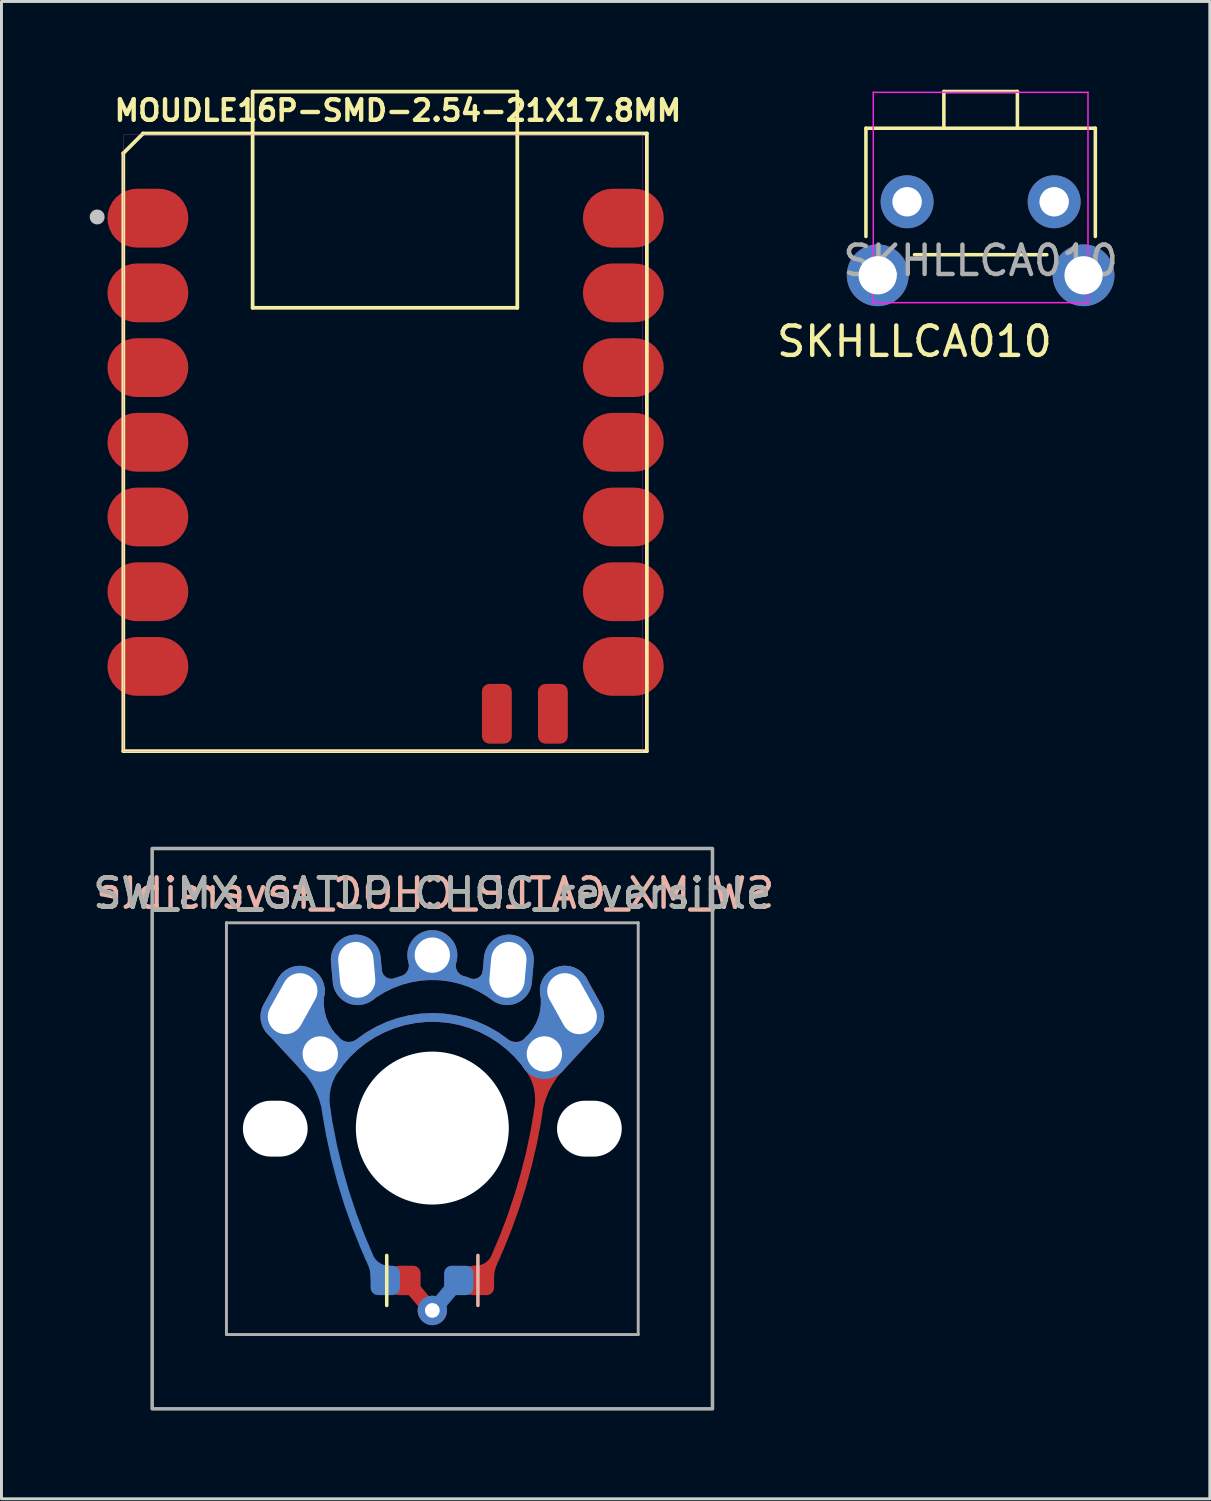
<source format=kicad_pcb>
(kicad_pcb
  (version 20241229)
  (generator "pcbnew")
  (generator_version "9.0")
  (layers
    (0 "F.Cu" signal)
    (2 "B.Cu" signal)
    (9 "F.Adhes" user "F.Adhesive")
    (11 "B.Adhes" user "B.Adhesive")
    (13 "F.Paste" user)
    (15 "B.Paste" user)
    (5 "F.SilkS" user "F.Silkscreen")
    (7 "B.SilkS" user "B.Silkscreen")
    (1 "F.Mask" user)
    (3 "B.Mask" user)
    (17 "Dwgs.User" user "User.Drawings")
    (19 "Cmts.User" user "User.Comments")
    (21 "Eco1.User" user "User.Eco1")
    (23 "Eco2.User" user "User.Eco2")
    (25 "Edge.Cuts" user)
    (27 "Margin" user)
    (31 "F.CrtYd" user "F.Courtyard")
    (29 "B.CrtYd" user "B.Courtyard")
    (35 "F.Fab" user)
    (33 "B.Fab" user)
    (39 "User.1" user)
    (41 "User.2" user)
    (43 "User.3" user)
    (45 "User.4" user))
  (footprint "SW_MX_GATLP_CHOC_reversible"
    (layer "F.Cu")
    (at 11.649 35.324)
    (property "Reference" "SW_MX_GATLP_CHOC_reversible" (at 0 -8 0) (unlocked yes) (layer "F.SilkS") (effects (font (size 1 1) (thickness 0.15))))
    (attr through_hole exclude_from_pos_files)
    (fp_line (start -1.55 4.31) (end -1.55 6.01) (stroke (width 0.12) (type solid)) (layer "F.SilkS"))
    (fp_line (start 1.55 6.01) (end 1.55 4.31) (stroke (width 0.12) (type solid)) (layer "B.SilkS"))
    (fp_line (start -7 -7) (end 7 -7) (stroke (width 0.1) (type solid)) (layer "F.Fab"))
    (fp_line (start -7 7) (end -7 -7) (stroke (width 0.1) (type solid)) (layer "F.Fab"))
    (fp_line (start 7 -7) (end 7 7) (stroke (width 0.1) (type solid)) (layer "F.Fab"))
    (fp_line (start 7 7) (end -7 7) (stroke (width 0.1) (type solid)) (layer "F.Fab"))
    (fp_rect (start -9.525 -9.525) (end 9.525 9.525) (stroke (width 0.12) (type solid)) (fill no) (layer "F.Fab"))
    (fp_text user "${REFERENCE}" (at 0.1 -8 0) (unlocked yes) (layer "B.SilkS") (effects (font (size 1 1) (thickness 0.15)) (justify mirror)))
    (fp_text user "${REFERENCE}" (at 0 -8 0) (unlocked yes) (layer "F.Fab") (effects (font (size 1 1) (thickness 0.15))))
    (pad "" np_thru_hole oval (at -5.34 0 180) (size 2.2 1.9) (drill oval 2.2 1.9) (layers "*.Cu" "*.Mask"))
    (pad "" np_thru_hole circle (at 0 -0.02 180) (size 5.2 5.2) (drill 5.2) (layers "*.Cu" "*.Mask"))
    (pad "" np_thru_hole oval (at 5.34 0) (size 2.2 1.9) (drill oval 2.2 1.9) (layers "*.Cu" "*.Mask"))
    (pad "1" thru_hole oval (at -2.57 -5.4 275.1) (size 2.4 1.7) (drill oval 1.9 1.2) (layers "*.Cu" "*.Mask"))
    (pad "1" smd custom (at -2.11 -4.96 180) (size 1 1) (layers "F.Cu") (options (anchor circle)) (primitives (gr_arc (start 0.01 -0.47) (mid -2.065169 0.24176) (end -4.157832 -0.416794) (width 0.3)) (gr_arc (start -3.09 0.1) (mid -2.804329 0.373749) (end -2.789687 0.769137) (width 0.3)) (gr_arc (start -3.95 0.4) (mid -3.739995 0.071301) (end -3.351236 0.039506) (width 0.25)) (gr_arc (start -1.43 0.77) (mid -1.41596 0.374264) (end -1.13024 0.100095) (width 0.3)) (gr_arc (start -0.87 0.04) (mid -0.473751 0.085491) (end -0.270115 0.428441) (width 0.25))))
    (pad "1" smd custom (at -2.09 -4.96 180) (size 1 1) (layers "B.Cu") (options (anchor circle)) (primitives (gr_arc (start -0.85 0.04) (mid -0.453751 0.085491) (end -0.250115 0.428441) (width 0.25)) (gr_arc (start -1.41 0.77) (mid -1.39596 0.374264) (end -1.11024 0.100095) (width 0.3)) (gr_arc (start 0.03 -0.47) (mid -2.045168 0.24176) (end -4.13783 -0.416793) (width 0.3)) (gr_arc (start -3.93 0.4) (mid -3.719995 0.071301) (end -3.331236 0.039506) (width 0.25)) (gr_arc (start -3.07 0.1) (mid -2.784329 0.373749) (end -2.769687 0.769137) (width 0.3))))
    (pad "1" thru_hole circle (at 0 -5.9) (size 1.7 1.7) (drill 1.2) (layers "*.Cu" "*.Mask"))
    (pad "1" thru_hole oval (at 2.57 -5.4 84.9) (size 2.4 1.7) (drill oval 1.9 1.2) (layers "*.Cu" "*.Mask"))
    (pad "2" thru_hole oval (at -4.75 -4.25 60.9) (size 2.7 1.7) (drill oval 2.2 1.2) (layers "*.Cu" "*.Mask"))
    (pad "2" smd custom (at -4.13 -3.6 275) (size 1 1) (layers "F.Cu" "F.Mask") (options (anchor circle)) (primitives (gr_arc (start 1.083856 -0.226397) (mid 0.050225 0.288465) (end -1.104536 0.287021) (width 1.7)) (gr_line (start 1.486 0.22) (end 0.054 1.33) (width 0.5))))
    (pad "2" smd custom (at -4.13 -3.6 275) (size 1 1) (layers "B.Cu" "B.Mask") (options (anchor circle)) (primitives (gr_arc (start 1.083856 -0.226397) (mid 0.050225 0.288465) (end -1.104536 0.287021) (width 1.7)) (gr_line (start 1.486 0.22) (end 0.054 1.33) (width 0.5))))
    (pad "2" thru_hole circle (at -3.81 -2.54) (size 1.7 1.7) (drill 1.2) (layers "*.Cu" "*.Mask"))
    (pad "2" smd custom (at -3.6 -2.37 180) (size 1 1) (layers "F.Cu") (options (anchor circle)) (primitives (gr_arc (start -0.32 -0.29) (mid -3.592993 1.410185) (end -6.871902 -0.278563) (width 0.3)) (gr_arc (start -1.13 0.56) (mid -0.704624 0.426875) (end -0.31189 0.637652) (width 0.3)) (gr_arc (start -6.89 0.64) (mid -6.497496 0.436789) (end -6.072477 0.558084) (width 0.3)) (gr_arc (start -6.85 -0.25) (mid -7.194435 -0.962903) (end -7.201168 -1.754623) (width 0.3)) (gr_arc (start -7.2 -1.76) (mid -7.491273 -0.911359) (end -8.027401 -0.191915) (width 0.3)) (gr_arc (start -7.4 0.15) (mid -6.841277 -3.572579) (end -5.570142 -7.115739) (width 0.3)) (gr_arc (start -5.55 -7.43) (mid -5.579344 -7.167509) (end -5.666113 -6.918043) (width 0.3)) (gr_arc (start -5.77 -6.69) (mid -5.491997 -7.044528) (end -5.062317 -7.179991) (width 0.3))))
    (pad "2" smd roundrect (at -1.6 5.16 180) (size 1 1) (layers "B.Cu" "B.Mask") (roundrect_rratio 0.25))
    (pad "2" smd roundrect (at 1.6 5.16) (size 1 1) (layers "F.Cu" "F.Mask") (roundrect_rratio 0.25))
    (pad "2" smd custom (at 3.6 -2.37 180) (size 1 1) (layers "B.Cu") (options (anchor circle)) (primitives (gr_arc (start 6.879999 -0.289998) (mid 3.617511 1.410152) (end 0.340313 -0.261469) (width 0.3)) (gr_arc (start 0.31 0.639999) (mid 0.700628 0.427268) (end 1.126154 0.556779) (width 0.3)) (gr_arc (start 6.070825 0.559359) (mid 6.495939 0.436638) (end 6.889313 0.63922) (width 0.3)) (gr_arc (start 7.200498 -1.757716) (mid 7.195151 -0.965982) (end 6.851964 -0.252475) (width 0.3)) (gr_arc (start 8.04926 -0.17071) (mid 7.498415 -0.897906) (end 7.199998 -1.759992) (width 0.3)) (gr_arc (start 5.541224 -7.176543) (mid 6.795202 -3.751886) (end 7.382111 -0.152403) (width 0.3)) (gr_arc (start 5.669709 -6.910595) (mid 5.580254 -7.163468) (end 5.549976 -7.429983) (width 0.3)) (gr_arc (start 5.060982 -7.179997) (mid 5.490901 -7.045285) (end 5.769525 -6.691243) (width 0.3))))
    (pad "2" thru_hole circle (at 3.81 -2.54) (size 1.7 1.7) (drill 1.2) (layers "*.Cu" "*.Mask"))
    (pad "2" smd custom (at 4.13 -3.6 85) (size 1 1) (layers "F.Cu" "F.Mask") (options (anchor circle)) (primitives (gr_arc (start 1.117354 0.283947) (mid -0.04167 0.290455) (end -1.080482 -0.223596) (width 1.7)) (gr_line (start -0.054 1.33) (end -1.486 0.22) (width 0.5))))
    (pad "2" smd custom (at 4.13 -3.6 85) (size 1 1) (layers "B.Cu" "B.Mask") (options (anchor circle)) (primitives (gr_arc (start 1.117354 0.283947) (mid -0.04167 0.290455) (end -1.080482 -0.223596) (width 1.7)) (gr_line (start -0.054 1.33) (end -1.486 0.22) (width 0.5))))
    (pad "2" thru_hole oval (at 4.75 -4.25 299.1) (size 2.7 1.7) (drill oval 2.2 1.2) (layers "*.Cu" "*.Mask"))
    (pad "3" smd roundrect (at -0.9 5.16) (size 1 1) (layers "F.Cu" "F.Mask") (roundrect_rratio 0.25))
    (pad "3" smd rect (at -0.44 5.7 40) (size 0.5 1) (layers "F.Cu"))
    (pad "3" thru_hole circle (at 0 6.18) (size 1 1) (drill 0.5) (layers "*.Cu"))
    (pad "3" smd rect (at 0.44 5.7 320) (size 0.5 1) (layers "B.Cu"))
    (pad "3" smd roundrect (at 0.9 5.16 180) (size 1 1) (layers "B.Cu" "B.Mask") (roundrect_rratio 0.25)))
  (footprint "SKHLLCA010"
    (layer "F.Cu")
    (at 30.291 5.06)
    (property "Reference" "SKHLLCA010" (at -2.25 3.5 0) (unlocked yes) (layer "F.SilkS") (effects (font (size 1 1) (thickness 0.15))))
    (attr through_hole)
    (fp_line (start -3.9 -3.75) (end 3.9 -3.75) (stroke (width 0.12) (type solid)) (layer "F.SilkS"))
    (fp_line (start -3.9 -0.07) (end -3.9 -3.75) (stroke (width 0.12) (type solid)) (layer "F.SilkS"))
    (fp_line (start -2.25 0.55) (end 2.25 0.55) (stroke (width 0.12) (type solid)) (layer "F.SilkS"))
    (fp_line (start -1.25 -5) (end 1.25 -5) (stroke (width 0.12) (type solid)) (layer "F.SilkS"))
    (fp_line (start -1.25 -3.75) (end -1.25 -5) (stroke (width 0.12) (type solid)) (layer "F.SilkS"))
    (fp_line (start 1.25 -3.75) (end 1.25 -5) (stroke (width 0.12) (type solid)) (layer "F.SilkS"))
    (fp_line (start 3.9 -0.07) (end 3.9 -3.75) (stroke (width 0.12) (type solid)) (layer "F.SilkS"))
    (fp_line (start -3.65 -4.97) (end -3.65 2.18) (stroke (width 0.05) (type solid)) (layer "F.CrtYd"))
    (fp_line (start -3.65 -4.97) (end 3.65 -4.97) (stroke (width 0.05) (type solid)) (layer "F.CrtYd"))
    (fp_line (start -3.65 2.18) (end 3.65 2.18) (stroke (width 0.05) (type solid)) (layer "F.CrtYd"))
    (fp_line (start 3.65 -4.97) (end 3.65 2.18) (stroke (width 0.05) (type solid)) (layer "F.CrtYd"))
    (fp_text user "${REFERENCE}" (at 0 0.75 0) (unlocked yes) (layer "F.Fab") (effects (font (size 1 1) (thickness 0.15))))
    (pad "1" thru_hole circle (at 2.5 -1.25) (size 1.8 1.8) (drill 1) (layers "*.Cu" "B.Mask"))
    (pad "2" thru_hole circle (at -2.5 -1.25) (size 1.8 1.8) (drill 1) (layers "*.Cu" "B.Mask"))
    (pad "MP" thru_hole circle (at -3.5 1.25) (size 2.1 2.1) (drill 1.3) (layers "*.Cu" "*.Mask"))
    (pad "MP" thru_hole circle (at 3.5 1.25) (size 2.1 2.1) (drill 1.3) (layers "*.Cu" "*.Mask")))
  (footprint "MOUDLE16P-SMD-2.54-21X17.8MM"
    (layer "F.Cu")
    (at 1.143 22.488)
    (property "Reference" "MOUDLE16P-SMD-2.54-21X17.8MM" (at 9.335 -21.78 0) (layer "F.SilkS") (effects (font (size 0.7 0.7) (thickness 0.15))))
    (attr smd)
    (fp_line (start 0 -20.328) (end 0 0) (stroke (width 0.127) (type solid)) (layer "F.SilkS"))
    (fp_line (start 0 0) (end 17.8 0) (stroke (width 0.127) (type solid)) (layer "F.SilkS"))
    (fp_line (start 0.672 -21) (end 0 -20.328) (stroke (width 0.127) (type solid)) (layer "F.SilkS"))
    (fp_line (start 4.396 -15.072) (end 4.396 -22.425) (stroke (width 0.127) (type solid)) (layer "F.SilkS"))
    (fp_line (start 4.4 -22.424) (end 13.395 -22.424) (stroke (width 0.127) (type solid)) (layer "F.SilkS"))
    (fp_line (start 13.395 -22.424) (end 13.395 -15.072) (stroke (width 0.127) (type solid)) (layer "F.SilkS"))
    (fp_line (start 13.395 -15.072) (end 4.396 -15.072) (stroke (width 0.127) (type solid)) (layer "F.SilkS"))
    (fp_line (start 17.8 -21) (end 0.672 -21) (stroke (width 0.127) (type solid)) (layer "F.SilkS"))
    (fp_line (start 17.8 0) (end 17.8 -21) (stroke (width 0.127) (type solid)) (layer "F.SilkS"))
    (fp_circle (center -0.889 -18.161) (end -0.635 -18.161) (stroke (width 0) (type solid)) (fill yes) (layer "Dwgs.User"))
    (fp_poly (pts (xy 0 -20.955) (xy 17.653 -20.955) (xy 17.653 0) (xy 0 0)) (stroke (width 0.01) (type solid)) (fill no) (layer "F.CrtYd"))
    (pad "1" smd roundrect (at 0.835 -18.12) (size 2.75 2) (layers "F.Cu" "F.Mask" "F.Paste") (roundrect_rratio 0.5))
    (pad "2" smd roundrect (at 0.835 -15.58) (size 2.75 2) (layers "F.Cu" "F.Mask" "F.Paste") (roundrect_rratio 0.5))
    (pad "3" smd roundrect (at 0.835 -13.04) (size 2.75 2) (layers "F.Cu" "F.Mask" "F.Paste") (roundrect_rratio 0.5))
    (pad "4" smd roundrect (at 0.835 -10.5) (size 2.75 2) (layers "F.Cu" "F.Mask" "F.Paste") (roundrect_rratio 0.5))
    (pad "5" smd roundrect (at 0.835 -7.96) (size 2.75 2) (layers "F.Cu" "F.Mask" "F.Paste") (roundrect_rratio 0.5))
    (pad "6" smd roundrect (at 0.835 -5.42) (size 2.75 2) (layers "F.Cu" "F.Mask" "F.Paste") (roundrect_rratio 0.5))
    (pad "7" smd roundrect (at 0.835 -2.88) (size 2.75 2) (layers "F.Cu" "F.Mask" "F.Paste") (roundrect_rratio 0.5))
    (pad "8" smd roundrect (at 17 -2.88) (size 2.75 2) (layers "F.Cu" "F.Mask" "F.Paste") (roundrect_rratio 0.5))
    (pad "9" smd roundrect (at 17 -5.42) (size 2.75 2) (layers "F.Cu" "F.Mask" "F.Paste") (roundrect_rratio 0.5))
    (pad "10" smd roundrect (at 17 -7.96) (size 2.75 2) (layers "F.Cu" "F.Mask" "F.Paste") (roundrect_rratio 0.5))
    (pad "11" smd roundrect (at 17 -10.5) (size 2.75 2) (layers "F.Cu" "F.Mask" "F.Paste") (roundrect_rratio 0.5))
    (pad "12" smd roundrect (at 17 -13.04) (size 2.75 2) (layers "F.Cu" "F.Mask" "F.Paste") (roundrect_rratio 0.5))
    (pad "13" smd roundrect (at 17 -15.58) (size 2.75 2) (layers "F.Cu" "F.Mask" "F.Paste") (roundrect_rratio 0.5))
    (pad "14" smd roundrect (at 17 -18.12) (size 2.75 2) (layers "F.Cu" "F.Mask" "F.Paste") (roundrect_rratio 0.5))
    (pad "15" smd roundrect (at 12.7 -1.27 90) (size 2.032 1.016) (layers "F.Cu" "F.Mask" "F.Paste") (roundrect_rratio 0.25))
    (pad "16" smd roundrect (at 14.605 -1.27 90) (size 2.032 1.016) (layers "F.Cu" "F.Mask" "F.Paste") (roundrect_rratio 0.25))
    (zone (net_name "") (layer "F.Cu") (hatch full 0.508) (connect_pads) (min_thickness 0.01) (filled_areas_thickness no) (keepout (tracks not_allowed) (vias not_allowed) (pads not_allowed) (copperpour not_allowed) (footprints allowed)) (placement (enabled no)) (fill) (polygon (pts (xy 4 9.598) (xy 7.176 9.598) (xy 7.176 11.884) (xy 4 11.884))))
    (zone (net_name "") (layer "F.Cu") (hatch full 0.508) (connect_pads) (min_thickness 0.01) (filled_areas_thickness no) (keepout (tracks not_allowed) (vias not_allowed) (pads not_allowed) (copperpour not_allowed) (footprints allowed)) (placement (enabled no)) (fill) (polygon (pts (xy 4.826 1.407) (xy 6.604 1.407) (xy 6.604 4.074) (xy 4.826 4.074))))
    (zone (net_name "") (layer "F.Cu") (hatch full 0.508) (connect_pads) (min_thickness 0.01) (filled_areas_thickness no) (keepout (tracks not_allowed) (vias not_allowed) (pads not_allowed) (copperpour not_allowed) (footprints allowed)) (placement (enabled no)) (fill) (polygon (pts (xy 4.826 5.471) (xy 6.604 5.471) (xy 6.604 8.137) (xy 4.826 8.137))))
    (zone (net_name "") (layer "F.Cu") (hatch full 0.508) (connect_pads) (min_thickness 0.01) (filled_areas_thickness no) (keepout (tracks not_allowed) (vias not_allowed) (pads not_allowed) (copperpour not_allowed) (footprints allowed)) (placement (enabled no)) (fill) (polygon (pts (xy 7.493 2.168) (xy 12.573 2.168) (xy 12.573 6.614) (xy 7.493 6.614))))
    (zone (net_name "") (layer "F.Cu") (hatch full 0.508) (connect_pads) (min_thickness 0.01) (filled_areas_thickness no) (keepout (tracks not_allowed) (vias not_allowed) (pads not_allowed) (copperpour not_allowed) (footprints allowed)) (placement (enabled no)) (fill) (polygon (pts (xy 13.462 1.407) (xy 15.24 1.407) (xy 15.24 4.074) (xy 13.462 4.074))))
    (zone (net_name "") (layer "F.Cu") (hatch full 0.508) (connect_pads) (min_thickness 0.01) (filled_areas_thickness no) (keepout (tracks not_allowed) (vias not_allowed) (pads not_allowed) (copperpour not_allowed) (footprints allowed)) (placement (enabled no)) (fill) (polygon (pts (xy 13.462 5.471) (xy 15.24 5.471) (xy 15.24 8.137) (xy 13.462 8.137)))))
  (gr_rect
    (start -3 -3)
    (end 38.083 47.908)
    (stroke (width 0.1) (type default))
    (fill no)
    (layer "Edge.Cuts")))
</source>
